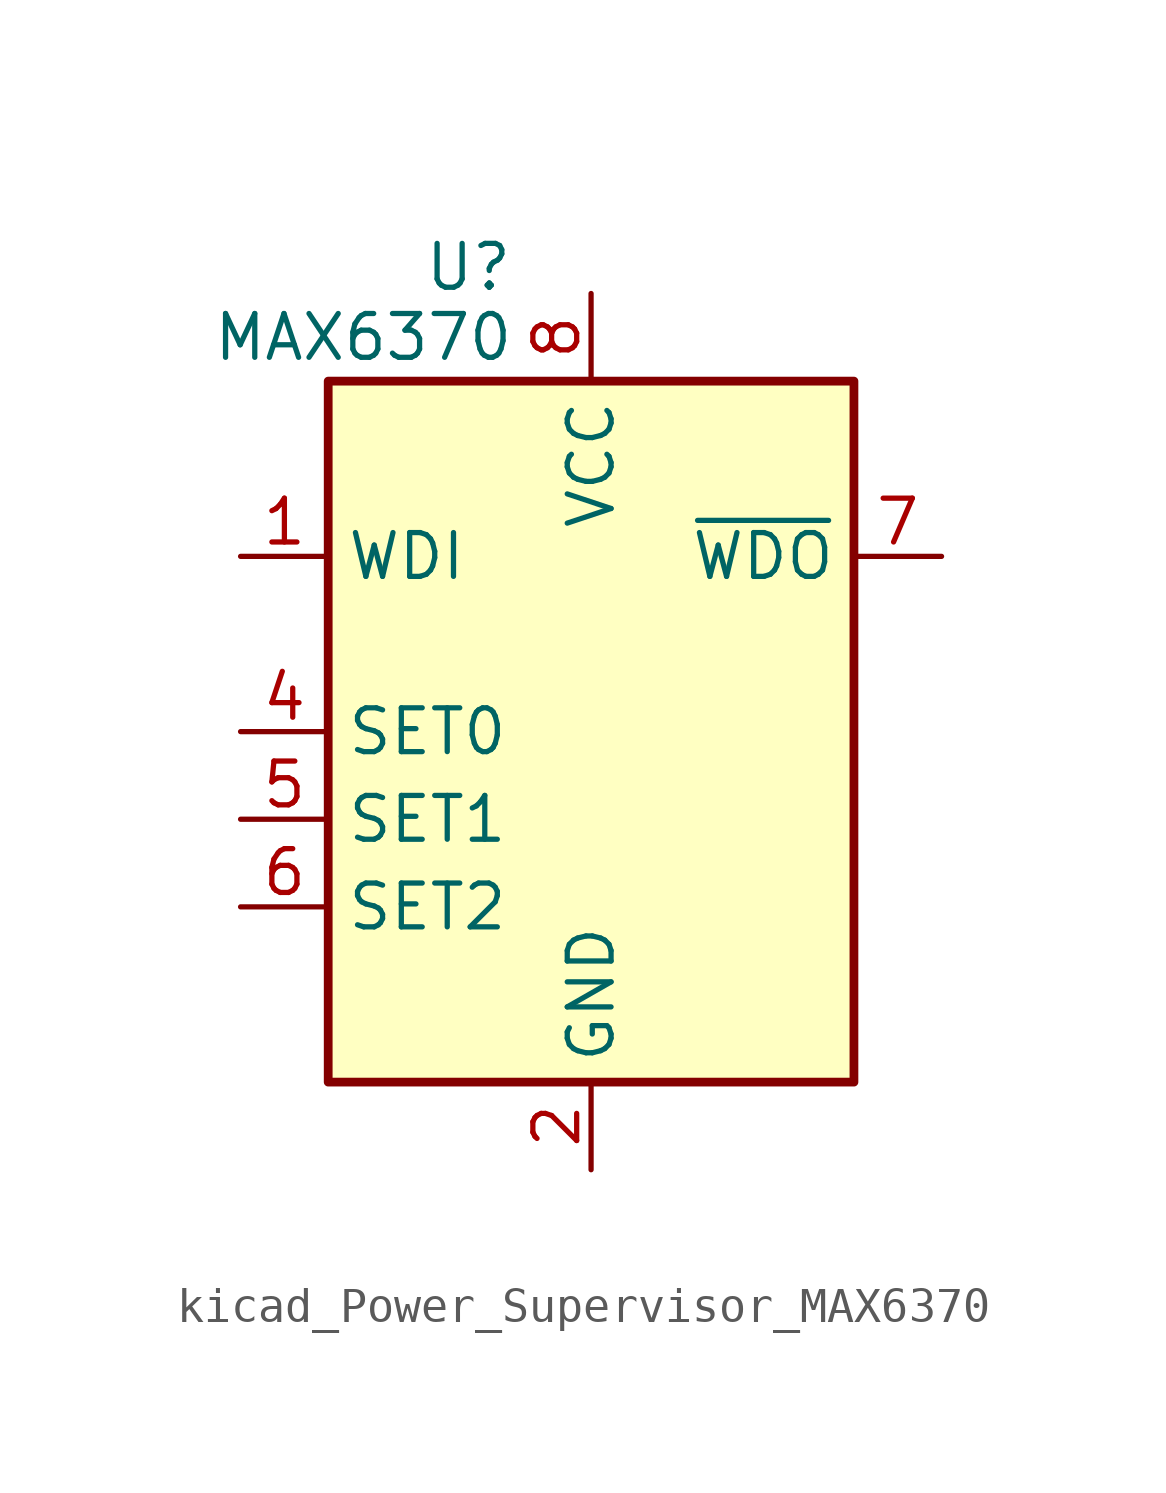
<source format=kicad_sym>
(kicad_symbol_lib
  (version 20220914)
  (generator kicad_symbol_editor)
  (symbol "kicad_Power_Supervisor_MAX6370"
    (property "Reference" "U"
      (at -3.556 13.462 0)
      (effects (font (size 1.27 1.27))))
    (property "Value" "MAX6370"
      (at -6.604 11.43 0)
      (effects (font (size 1.27 1.27))))
    (symbol "kicad_Power_Supervisor_MAX6370_0_1"
      (rectangle (start -7.62 10.16) (end 7.62 -10.16) (stroke (width 0.254) (type default)) (fill (type background))))
    (symbol "kicad_Power_Supervisor_MAX6370_1_1"
      (pin input line (at -10.16 5.08 0) (length 2.54) (name "WDI" (effects (font (size 1.27 1.27)))) (number "1" (effects (font (size 1.27 1.27)))))
      (pin power_in line (at 0 -12.7 90) (length 2.54) (name "GND" (effects (font (size 1.27 1.27)))) (number "2" (effects (font (size 1.27 1.27)))))
      (pin no_connect line (at 7.62 -5.08 180) (length 2.54) hide (name "NC" (effects (font (size 1.27 1.27)))) (number "3" (effects (font (size 1.27 1.27)))))
      (pin input line (at -10.16 0 0) (length 2.54) (name "SET0" (effects (font (size 1.27 1.27)))) (number "4" (effects (font (size 1.27 1.27)))))
      (pin input line (at -10.16 -2.54 0) (length 2.54) (name "SET1" (effects (font (size 1.27 1.27)))) (number "5" (effects (font (size 1.27 1.27)))))
      (pin input line (at -10.16 -5.08 0) (length 2.54) (name "SET2" (effects (font (size 1.27 1.27)))) (number "6" (effects (font (size 1.27 1.27)))))
      (pin output line (at 10.16 5.08 180) (length 2.54) (name "~{WDO}" (effects (font (size 1.27 1.27)))) (number "7" (effects (font (size 1.27 1.27)))))
      (pin power_in line (at 0 12.7 270) (length 2.54) (name "VCC" (effects (font (size 1.27 1.27)))) (number "8" (effects (font (size 1.27 1.27))))))))
</source>
